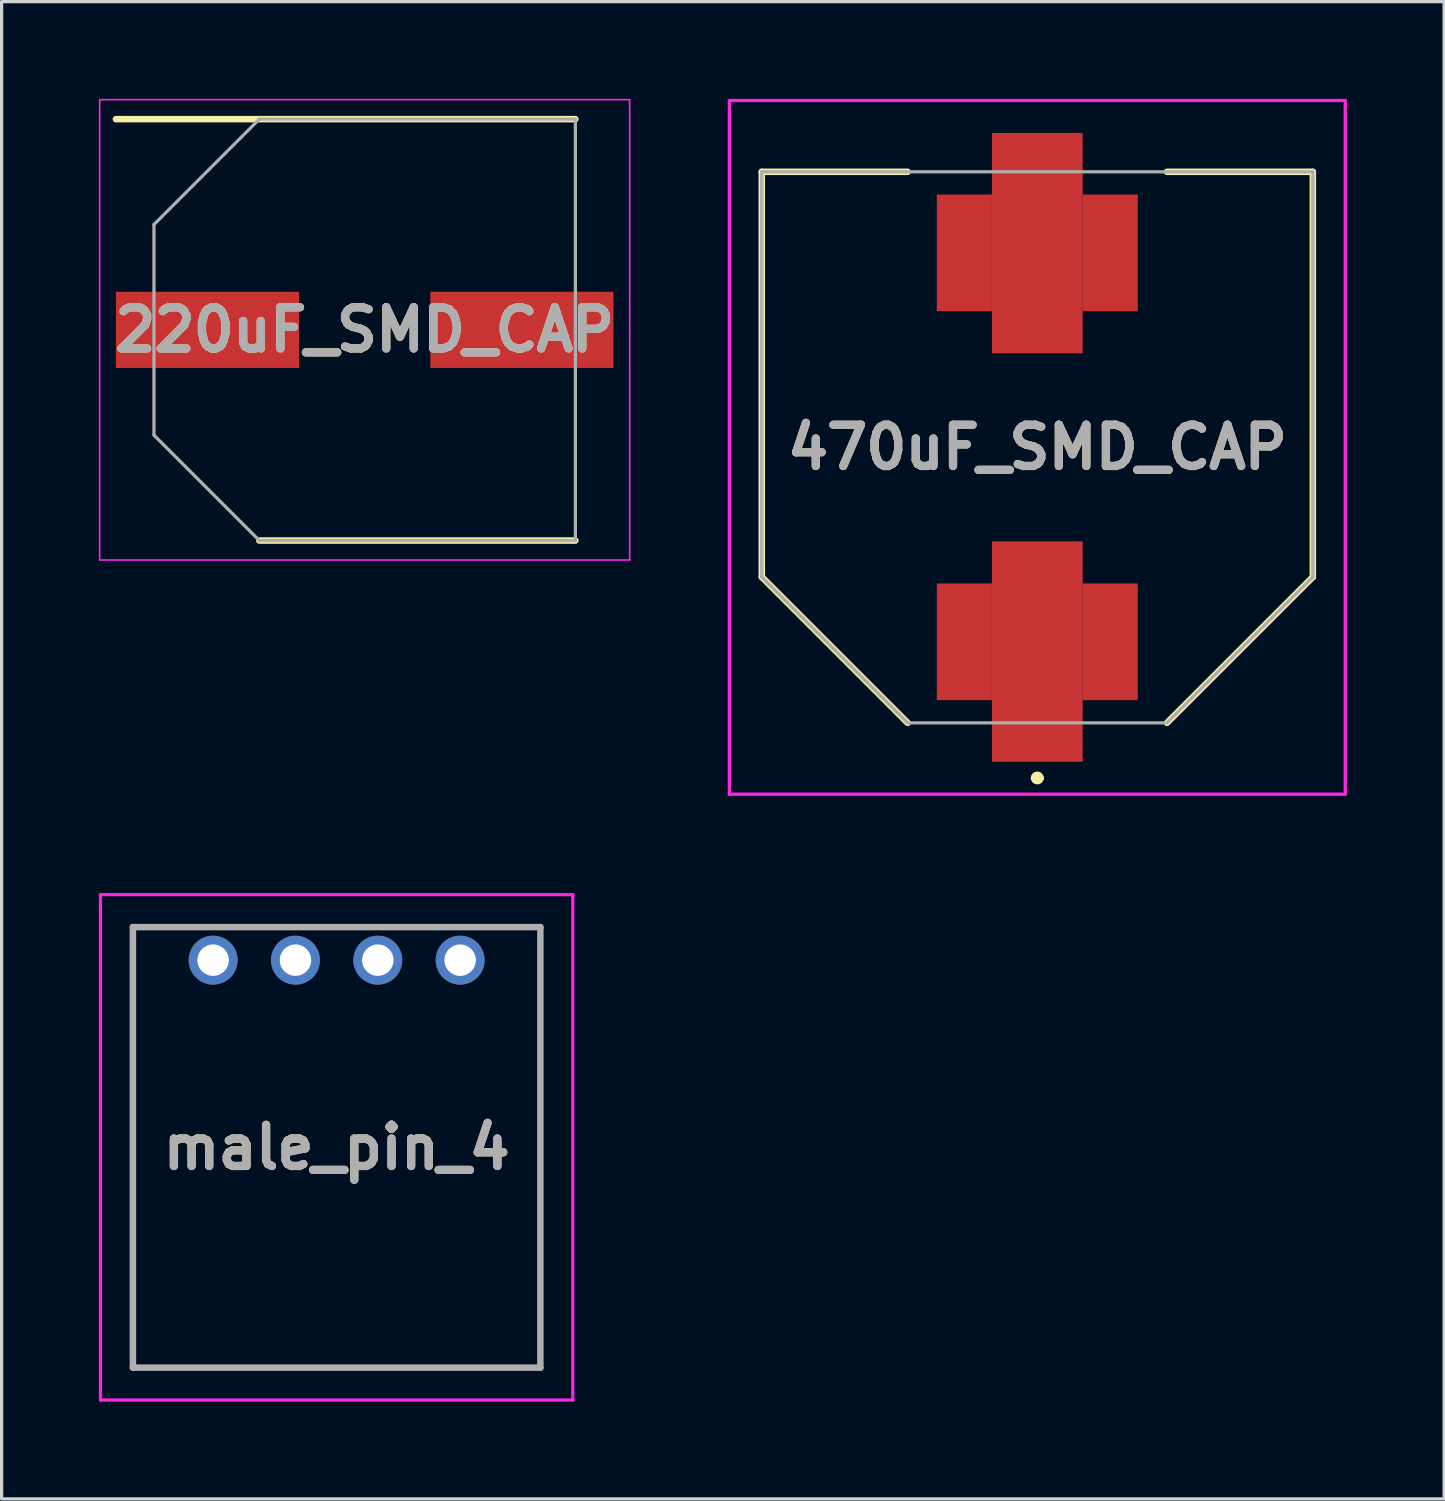
<source format=kicad_pcb>
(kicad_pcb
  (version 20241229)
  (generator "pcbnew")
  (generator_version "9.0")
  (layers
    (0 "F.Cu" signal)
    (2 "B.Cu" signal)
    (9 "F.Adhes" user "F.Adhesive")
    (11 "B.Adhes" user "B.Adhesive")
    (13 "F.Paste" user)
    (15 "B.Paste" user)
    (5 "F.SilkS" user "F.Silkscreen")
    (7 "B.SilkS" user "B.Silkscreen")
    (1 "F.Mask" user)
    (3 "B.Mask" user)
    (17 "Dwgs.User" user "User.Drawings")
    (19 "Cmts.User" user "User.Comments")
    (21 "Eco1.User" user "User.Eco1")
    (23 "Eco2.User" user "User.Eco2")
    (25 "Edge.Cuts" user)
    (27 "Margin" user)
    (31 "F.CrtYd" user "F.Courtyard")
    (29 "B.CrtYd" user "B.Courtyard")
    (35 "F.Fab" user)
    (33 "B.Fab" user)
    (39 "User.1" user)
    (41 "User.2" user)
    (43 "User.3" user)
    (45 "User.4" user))
  (footprint "220uF_SMD_CAP"
    (layer "F.Cu")
    (at 8.2 7.125)
    (property "Reference" "220uF_SMD_CAP" (at 0 0 0) (layer "F.SilkS") (effects (font (size 1.27 1.27) (thickness 0.254))))
    (attr smd)
    (fp_line (start -7.675 -6.5) (end 6.5 -6.5) (stroke (width 0.2) (type solid)) (layer "F.SilkS"))
    (fp_line (start -3.25 6.5) (end 6.5 6.5) (stroke (width 0.2) (type solid)) (layer "F.SilkS"))
    (fp_line (start -8.175 -7.1) (end 8.175 -7.1) (stroke (width 0.05) (type solid)) (layer "F.CrtYd"))
    (fp_line (start -8.175 7.1) (end -8.175 -7.1) (stroke (width 0.05) (type solid)) (layer "F.CrtYd"))
    (fp_line (start 8.175 -7.1) (end 8.175 7.1) (stroke (width 0.05) (type solid)) (layer "F.CrtYd"))
    (fp_line (start 8.175 7.1) (end -8.175 7.1) (stroke (width 0.05) (type solid)) (layer "F.CrtYd"))
    (fp_line (start -6.5 -3.25) (end -6.5 3.25) (stroke (width 0.1) (type solid)) (layer "F.Fab"))
    (fp_line (start -6.5 3.25) (end -3.25 6.5) (stroke (width 0.1) (type solid)) (layer "F.Fab"))
    (fp_line (start -3.25 -6.5) (end -6.5 -3.25) (stroke (width 0.1) (type solid)) (layer "F.Fab"))
    (fp_line (start -3.25 6.5) (end 6.5 6.5) (stroke (width 0.1) (type solid)) (layer "F.Fab"))
    (fp_line (start 6.5 -6.5) (end -3.25 -6.5) (stroke (width 0.1) (type solid)) (layer "F.Fab"))
    (fp_line (start 6.5 6.5) (end 6.5 -6.5) (stroke (width 0.1) (type solid)) (layer "F.Fab"))
    (fp_text user "${REFERENCE}" (at 0 0 0) (layer "F.Fab") (effects (font (size 1.27 1.27) (thickness 0.254))))
    (pad "1" smd rect (at -4.85 0 90) (size 2.35 5.65) (layers "F.Cu" "F.Mask" "F.Paste"))
    (pad "2" smd rect (at 4.85 0 90) (size 2.35 5.65) (layers "F.Cu" "F.Mask" "F.Paste")))
  (footprint "male_pin_4"
    (layer "F.Cu")
    (at 7.335 32.345)
    (property "Reference" "male_pin_4" (at 0 0 0) (layer "F.SilkS") (effects (font (size 1.27 1.27) (thickness 0.254))))
    (attr through_hole)
    (fp_line (start -6.285 -6.795) (end 6.285 -6.795) (stroke (width 0.1) (type solid)) (layer "F.SilkS"))
    (fp_line (start -6.285 6.795) (end -6.285 -6.795) (stroke (width 0.1) (type solid)) (layer "F.SilkS"))
    (fp_line (start 6.285 -6.795) (end 6.285 6.795) (stroke (width 0.1) (type solid)) (layer "F.SilkS"))
    (fp_line (start 6.285 6.795) (end -6.285 6.795) (stroke (width 0.1) (type solid)) (layer "F.SilkS"))
    (fp_line (start -7.285 -7.795) (end 7.285 -7.795) (stroke (width 0.1) (type solid)) (layer "F.CrtYd"))
    (fp_line (start -7.285 7.795) (end -7.285 -7.795) (stroke (width 0.1) (type solid)) (layer "F.CrtYd"))
    (fp_line (start 7.285 -7.795) (end 7.285 7.795) (stroke (width 0.1) (type solid)) (layer "F.CrtYd"))
    (fp_line (start 7.285 7.795) (end -7.285 7.795) (stroke (width 0.1) (type solid)) (layer "F.CrtYd"))
    (fp_line (start -6.285 -6.795) (end 6.285 -6.795) (stroke (width 0.2) (type solid)) (layer "F.Fab"))
    (fp_line (start -6.285 6.795) (end -6.285 -6.795) (stroke (width 0.2) (type solid)) (layer "F.Fab"))
    (fp_line (start 6.285 -6.795) (end 6.285 6.795) (stroke (width 0.2) (type solid)) (layer "F.Fab"))
    (fp_line (start 6.285 6.795) (end -6.285 6.795) (stroke (width 0.2) (type solid)) (layer "F.Fab"))
    (fp_text user "${REFERENCE}" (at 0 0 0) (layer "F.Fab") (effects (font (size 1.27 1.27) (thickness 0.254))))
    (pad "1" thru_hole circle (at -3.81 -5.775) (size 1.509 1.509) (drill 0.97) (layers "*.Cu" "*.Mask"))
    (pad "2" thru_hole circle (at -1.27 -5.775) (size 1.509 1.509) (drill 0.97) (layers "*.Cu" "*.Mask"))
    (pad "3" thru_hole circle (at 1.27 -5.775) (size 1.509 1.509) (drill 0.97) (layers "*.Cu" "*.Mask"))
    (pad "4" thru_hole circle (at 3.81 -5.775) (size 1.509 1.509) (drill 0.97) (layers "*.Cu" "*.Mask")))
  (footprint "470uF_SMD_CAP"
    (layer "F.Cu")
    (at 28.95 10.75)
    (property "Reference" "470uF_SMD_CAP" (at 0 0 0) (layer "F.SilkS") (effects (font (size 1.27 1.27) (thickness 0.254))))
    (attr smd)
    (fp_line (start -8.5 -8.5) (end -4 -8.5) (stroke (width 0.2) (type solid)) (layer "F.SilkS"))
    (fp_line (start -8.5 4) (end -8.5 -8.5) (stroke (width 0.2) (type solid)) (layer "F.SilkS"))
    (fp_line (start -4 8.5) (end -8.5 4) (stroke (width 0.2) (type solid)) (layer "F.SilkS"))
    (fp_line (start -0.1 10.2) (end -0.1 10.2) (stroke (width 0.2) (type solid)) (layer "F.SilkS"))
    (fp_line (start 0.1 10.2) (end 0.1 10.2) (stroke (width 0.2) (type solid)) (layer "F.SilkS"))
    (fp_line (start 4 8.5) (end 8.5 4) (stroke (width 0.2) (type solid)) (layer "F.SilkS"))
    (fp_line (start 8.5 -8.5) (end 4 -8.5) (stroke (width 0.2) (type solid)) (layer "F.SilkS"))
    (fp_line (start 8.5 4) (end 8.5 -8.5) (stroke (width 0.2) (type solid)) (layer "F.SilkS"))
    (fp_arc (start -0.1 10.2) (mid 0 10.1) (end 0.1 10.2) (stroke (width 0.2) (type solid)) (layer "F.SilkS"))
    (fp_arc (start 0.1 10.2) (mid 0 10.3) (end -0.1 10.2) (stroke (width 0.2) (type solid)) (layer "F.SilkS"))
    (fp_line (start -9.5 -10.7) (end -9.5 10.7) (stroke (width 0.1) (type solid)) (layer "F.CrtYd"))
    (fp_line (start -9.5 10.7) (end 9.5 10.7) (stroke (width 0.1) (type solid)) (layer "F.CrtYd"))
    (fp_line (start 9.5 -10.7) (end -9.5 -10.7) (stroke (width 0.1) (type solid)) (layer "F.CrtYd"))
    (fp_line (start 9.5 10.7) (end 9.5 -10.7) (stroke (width 0.1) (type solid)) (layer "F.CrtYd"))
    (fp_line (start -8.5 -8.5) (end 8.5 -8.5) (stroke (width 0.1) (type solid)) (layer "F.Fab"))
    (fp_line (start -8.5 4) (end -8.5 -8.5) (stroke (width 0.1) (type solid)) (layer "F.Fab"))
    (fp_line (start -4 8.5) (end -8.5 4) (stroke (width 0.1) (type solid)) (layer "F.Fab"))
    (fp_line (start -4 8.5) (end -8.5 4) (stroke (width 0.1) (type solid)) (layer "F.Fab"))
    (fp_line (start 4 8.5) (end -4 8.5) (stroke (width 0.1) (type solid)) (layer "F.Fab"))
    (fp_line (start 8.5 -8.5) (end 8.5 4) (stroke (width 0.1) (type solid)) (layer "F.Fab"))
    (fp_line (start 8.5 4) (end 4 8.5) (stroke (width 0.1) (type solid)) (layer "F.Fab"))
    (fp_text user "${REFERENCE}" (at 0 0 0) (layer "F.Fab") (effects (font (size 1.27 1.27) (thickness 0.254))))
    (pad "1" smd rect (at 0 6.3) (size 2.8 6.8) (layers "F.Cu" "F.Mask" "F.Paste"))
    (pad "2" smd rect (at 0 -6.3) (size 2.8 6.8) (layers "F.Cu" "F.Mask" "F.Paste"))
    (pad "3" smd rect (at -2.25 6) (size 1.7 3.6) (layers "F.Cu" "F.Mask" "F.Paste"))
    (pad "4" smd rect (at 2.25 6) (size 1.7 3.6) (layers "F.Cu" "F.Mask" "F.Paste"))
    (pad "5" smd rect (at -2.25 -6) (size 1.7 3.6) (layers "F.Cu" "F.Mask" "F.Paste"))
    (pad "6" smd rect (at 2.25 -6) (size 1.7 3.6) (layers "F.Cu" "F.Mask" "F.Paste")))
  (gr_rect
    (start -3 -3)
    (end 41.5 43.19)
    (stroke (width 0.1) (type default))
    (fill no)
    (layer "Edge.Cuts")))
</source>
